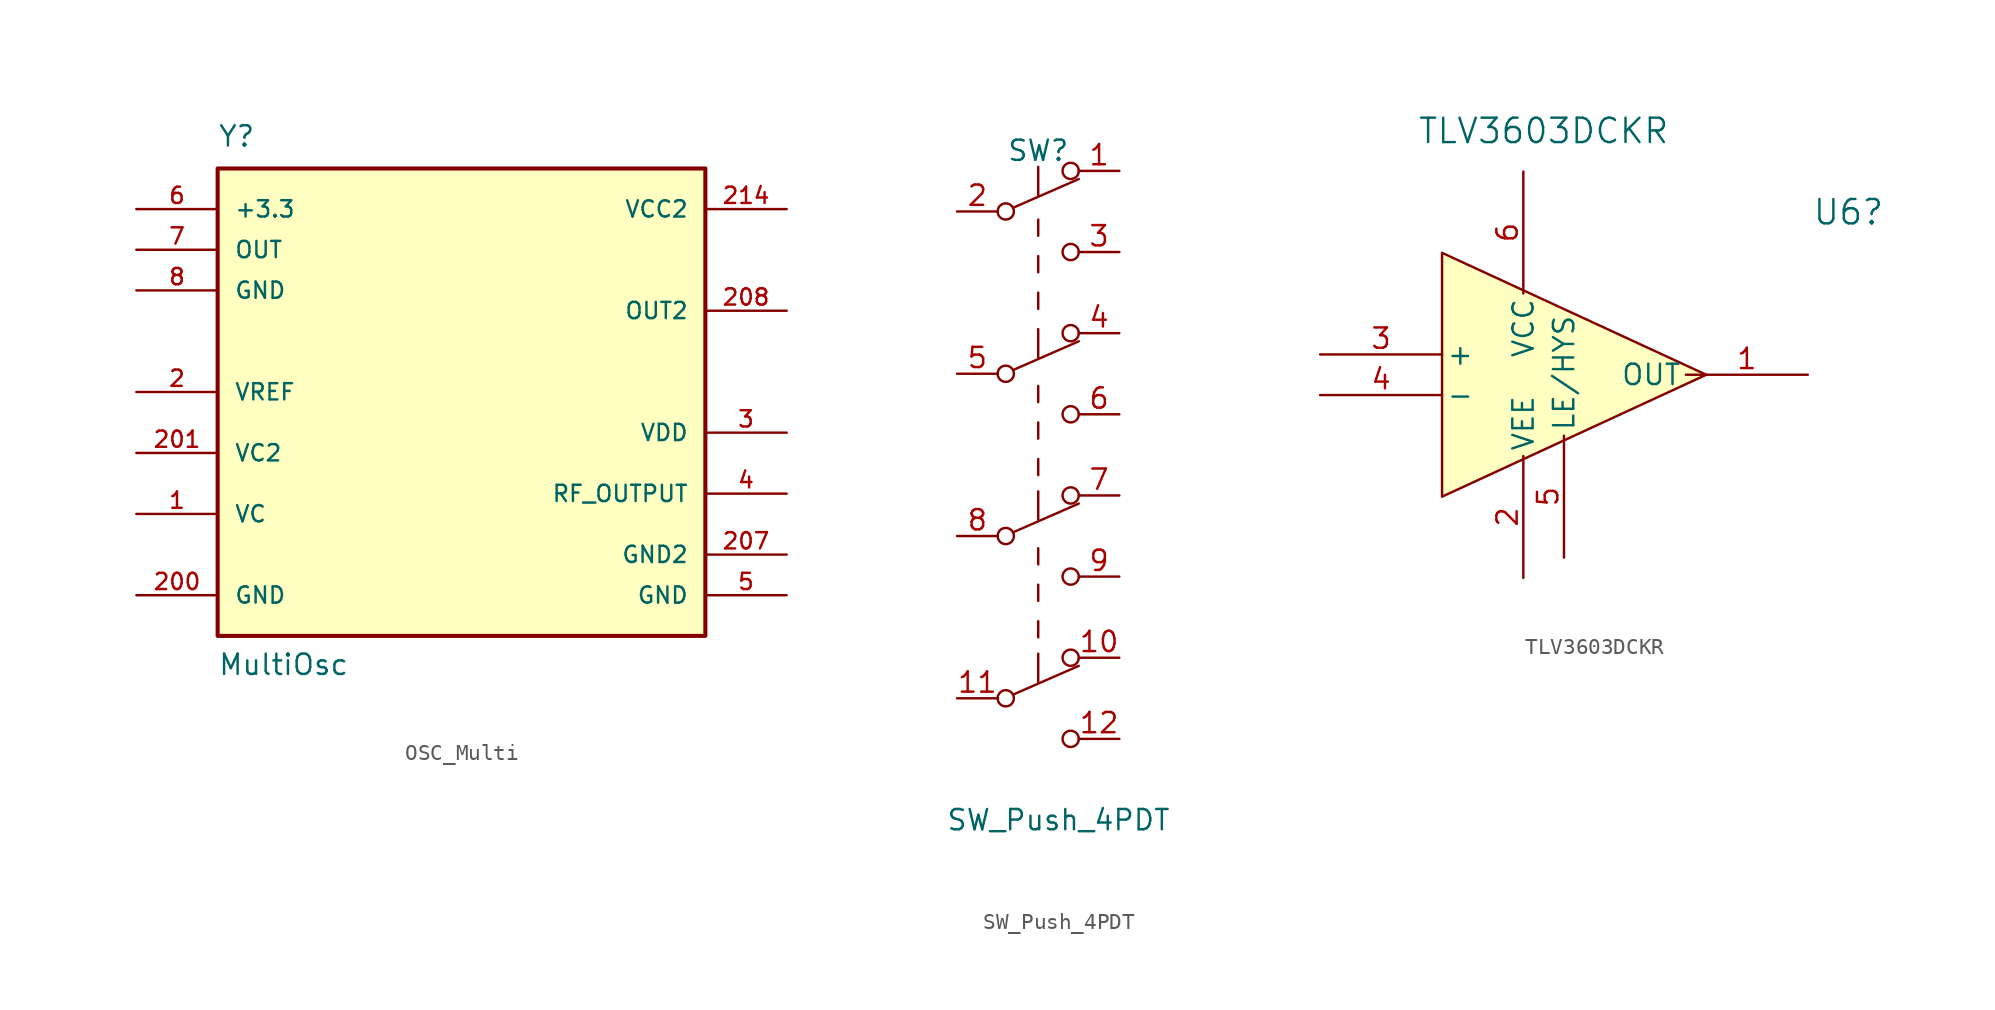
<source format=kicad_sym>
(kicad_symbol_lib
  (version 20220914)
  (generator kicad_symbol_editor)
  (symbol "OSC_Multi"
    (pin_names
      (offset 1.016))
    (property "Reference" "Y"
      (at -15.24 20.32 0)
      (effects (font (size 1.27 1.27)) (justify left bottom)))
    (property "Value" "MultiOsc"
      (at -15.24 -12.7 0)
      (effects (font (size 1.27 1.27)) (justify left bottom)))
    (symbol "OSC_Multi_0_0"
      (rectangle (start -15.24 19.05) (end 15.24 -10.16) (stroke (width 0.254) (type default)) (fill (type background)))
      (pin input line (at -20.32 -2.54 0) (length 5.08) (name "VC" (effects (font (size 1.016 1.016)))) (number "1" (effects (font (size 1.016 1.016)))))
      (pin input line (at -20.32 5.08 0) (length 5.08) (name "VREF" (effects (font (size 1.016 1.016)))) (number "2" (effects (font (size 1.016 1.016)))))
      (pin power_in line (at 20.32 2.54 180) (length 5.08) (name "VDD" (effects (font (size 1.016 1.016)))) (number "3" (effects (font (size 1.016 1.016)))))
      (pin output line (at 20.32 -1.27 180) (length 5.08) (name "RF_OUTPUT" (effects (font (size 1.016 1.016)))) (number "4" (effects (font (size 1.016 1.016)))))
      (pin power_in line (at 20.32 -7.62 180) (length 5.08) (name "GND" (effects (font (size 1.016 1.016)))) (number "5" (effects (font (size 1.016 1.016))))))
    (symbol "OSC_Multi_1_0"
      (pin power_in line (at -20.32 -7.62 0) (length 5.08) (name "GND" (effects (font (size 1.016 1.016)))) (number "200" (effects (font (size 1.016 1.016)))))
      (pin input line (at -20.32 1.27 0) (length 5.08) (name "VC2" (effects (font (size 1.016 1.016)))) (number "201" (effects (font (size 1.016 1.016)))))
      (pin power_in line (at 20.32 -5.08 180) (length 5.08) (name "GND2" (effects (font (size 1.016 1.016)))) (number "207" (effects (font (size 1.016 1.016)))))
      (pin passive line (at 20.32 10.16 180) (length 5.08) (name "OUT2" (effects (font (size 1.016 1.016)))) (number "208" (effects (font (size 1.016 1.016)))))
      (pin power_in line (at 20.32 16.51 180) (length 5.08) (name "VCC2" (effects (font (size 1.016 1.016)))) (number "214" (effects (font (size 1.016 1.016)))))
      (pin power_in line (at -20.32 16.51 0) (length 5.08) (name "+3.3" (effects (font (size 1.016 1.016)))) (number "6" (effects (font (size 1.016 1.016)))))
      (pin passive line (at -20.32 13.97 0) (length 5.08) (name "OUT" (effects (font (size 1.016 1.016)))) (number "7" (effects (font (size 1.016 1.016)))))
      (pin power_in line (at -20.32 11.43 0) (length 5.08) (name "GND" (effects (font (size 1.016 1.016)))) (number "8" (effects (font (size 1.016 1.016)))))))
  (symbol "SW_Push_4PDT"
    (pin_names
      (offset 0) hide)
    (property "Reference" "SW"
      (at 0 8.89 0)
      (effects (font (size 1.27 1.27))))
    (property "Value" "SW_Push_4PDT"
      (at 1.27 -33.02 0)
      (effects (font (size 1.27 1.27))))
    (symbol "SW_Push_4PDT_0_0"
      (circle (center -2.032 -25.4) (radius 0.508) (stroke (width 0) (type default)) (fill (type none)))
      (circle (center -2.032 -15.24) (radius 0.508) (stroke (width 0) (type default)) (fill (type none)))
      (circle (center -2.032 -5.08) (radius 0.508) (stroke (width 0) (type default)) (fill (type none)))
      (circle (center -2.032 5.08) (radius 0.508) (stroke (width 0) (type default)) (fill (type none)))
      (circle (center 2.032 -27.94) (radius 0.508) (stroke (width 0) (type default)) (fill (type none)))
      (circle (center 2.032 -17.78) (radius 0.508) (stroke (width 0) (type default)) (fill (type none)))
      (circle (center 2.032 -7.62) (radius 0.508) (stroke (width 0) (type default)) (fill (type none)))
      (circle (center 2.032 2.54) (radius 0.508) (stroke (width 0) (type default)) (fill (type none))))
    (symbol "SW_Push_4PDT_0_1"
      (polyline (pts (xy -1.524 -25.146) (xy 2.54 -23.368)) (stroke (width 0) (type default)) (fill (type none)))
      (polyline (pts (xy -1.524 -14.986) (xy 2.54 -13.208)) (stroke (width 0) (type default)) (fill (type none)))
      (polyline (pts (xy -1.524 -4.826) (xy 2.54 -3.048)) (stroke (width 0) (type default)) (fill (type none)))
      (polyline (pts (xy -1.524 5.334) (xy 2.54 7.112)) (stroke (width 0) (type default)) (fill (type none)))
      (polyline (pts (xy 0 -22.606) (xy 0 -24.384)) (stroke (width 0) (type default)) (fill (type none)))
      (polyline (pts (xy 0 -21.59) (xy 0 -20.574)) (stroke (width 0) (type default)) (fill (type none)))
      (polyline (pts (xy 0 -19.304) (xy 0 -18.288)) (stroke (width 0) (type default)) (fill (type none)))
      (polyline (pts (xy 0 -17.018) (xy 0 -16.002)) (stroke (width 0) (type default)) (fill (type none)))
      (polyline (pts (xy 0 -12.446) (xy 0 -14.224)) (stroke (width 0) (type default)) (fill (type none)))
      (polyline (pts (xy 0 -11.43) (xy 0 -10.414)) (stroke (width 0) (type default)) (fill (type none)))
      (polyline (pts (xy 0 -9.144) (xy 0 -8.128)) (stroke (width 0) (type default)) (fill (type none)))
      (polyline (pts (xy 0 -6.858) (xy 0 -5.842)) (stroke (width 0) (type default)) (fill (type none)))
      (polyline (pts (xy 0 -2.286) (xy 0 -4.064)) (stroke (width 0) (type default)) (fill (type none)))
      (polyline (pts (xy 0 -1.016) (xy 0 0)) (stroke (width 0) (type default)) (fill (type none)))
      (polyline (pts (xy 0 1.27) (xy 0 2.286)) (stroke (width 0) (type default)) (fill (type none)))
      (polyline (pts (xy 0 3.556) (xy 0 4.572)) (stroke (width 0) (type default)) (fill (type none)))
      (polyline (pts (xy 0 7.874) (xy 0 6.096)) (stroke (width 0) (type default)) (fill (type none)))
      (circle (center 2.032 -22.86) (radius 0.508) (stroke (width 0) (type default)) (fill (type none)))
      (circle (center 2.032 -12.7) (radius 0.508) (stroke (width 0) (type default)) (fill (type none)))
      (circle (center 2.032 -2.54) (radius 0.508) (stroke (width 0) (type default)) (fill (type none)))
      (circle (center 2.032 7.62) (radius 0.508) (stroke (width 0) (type default)) (fill (type none))))
    (symbol "SW_Push_4PDT_1_1"
      (pin passive line (at 5.08 7.62 180) (length 2.54) (name "A" (effects (font (size 1.27 1.27)))) (number "1" (effects (font (size 1.27 1.27)))))
      (pin passive line (at 5.08 -22.86 180) (length 2.54) (name "A" (effects (font (size 1.27 1.27)))) (number "10" (effects (font (size 1.27 1.27)))))
      (pin passive line (at -5.08 -25.4 0) (length 2.54) (name "B" (effects (font (size 1.27 1.27)))) (number "11" (effects (font (size 1.27 1.27)))))
      (pin passive line (at 5.08 -27.94 180) (length 2.54) (name "C" (effects (font (size 1.27 1.27)))) (number "12" (effects (font (size 1.27 1.27)))))
      (pin passive line (at -5.08 5.08 0) (length 2.54) (name "B" (effects (font (size 1.27 1.27)))) (number "2" (effects (font (size 1.27 1.27)))))
      (pin passive line (at 5.08 2.54 180) (length 2.54) (name "C" (effects (font (size 1.27 1.27)))) (number "3" (effects (font (size 1.27 1.27)))))
      (pin passive line (at 5.08 -2.54 180) (length 2.54) (name "A" (effects (font (size 1.27 1.27)))) (number "4" (effects (font (size 1.27 1.27)))))
      (pin passive line (at -5.08 -5.08 0) (length 2.54) (name "B" (effects (font (size 1.27 1.27)))) (number "5" (effects (font (size 1.27 1.27)))))
      (pin passive line (at 5.08 -7.62 180) (length 2.54) (name "C" (effects (font (size 1.27 1.27)))) (number "6" (effects (font (size 1.27 1.27)))))
      (pin passive line (at 5.08 -12.7 180) (length 2.54) (name "A" (effects (font (size 1.27 1.27)))) (number "7" (effects (font (size 1.27 1.27)))))
      (pin passive line (at -5.08 -15.24 0) (length 2.54) (name "B" (effects (font (size 1.27 1.27)))) (number "8" (effects (font (size 1.27 1.27)))))
      (pin passive line (at 5.08 -17.78 180) (length 2.54) (name "C" (effects (font (size 1.27 1.27)))) (number "9" (effects (font (size 1.27 1.27)))))))
  (symbol "TLV3603DCKR"
    (pin_names
      (offset 0.254))
    (property "Reference" "U6"
      (at 20.32 10.16 0)
      (effects (font (size 1.524 1.524))))
    (property "Value" "TLV3603DCKR"
      (at 1.27 15.24 0)
      (effects (font (size 1.524 1.524))))
    (property "ki_locked" ""
      (at 0 0 0)
      (effects (font (size 1.27 1.27))))
    (symbol "TLV3603DCKR_0_1"
      (pin output line (at 17.78 0 180) (length 7.62) (name "OUT" (effects (font (size 1.27 1.27)))) (number "1" (effects (font (size 1.27 1.27)))))
      (pin power_in line (at 0 -12.7 90) (length 7.62) (name "VEE" (effects (font (size 1.27 1.27)))) (number "2" (effects (font (size 1.27 1.27)))))
      (pin input line (at 2.54 -11.43 90) (length 7.62) (name "LE/HYS" (effects (font (size 1.27 1.27)))) (number "5" (effects (font (size 1.27 1.27)))))
      (pin power_in line (at 0 12.7 270) (length 7.62) (name "VCC" (effects (font (size 1.27 1.27)))) (number "6" (effects (font (size 1.27 1.27))))))
    (symbol "TLV3603DCKR_1_1"
      (polyline (pts (xy -5.08 7.62) (xy -5.08 -7.62) (xy 11.43 0) (xy -5.08 7.62)) (stroke (width 0) (type default)) (fill (type background)))
      (pin input line (at -12.7 1.27 0) (length 7.62) (name "+" (effects (font (size 1.27 1.27)))) (number "3" (effects (font (size 1.27 1.27)))))
      (pin input line (at -12.7 -1.27 0) (length 7.62) (name "-" (effects (font (size 1.27 1.27)))) (number "4" (effects (font (size 1.27 1.27))))))))
</source>
